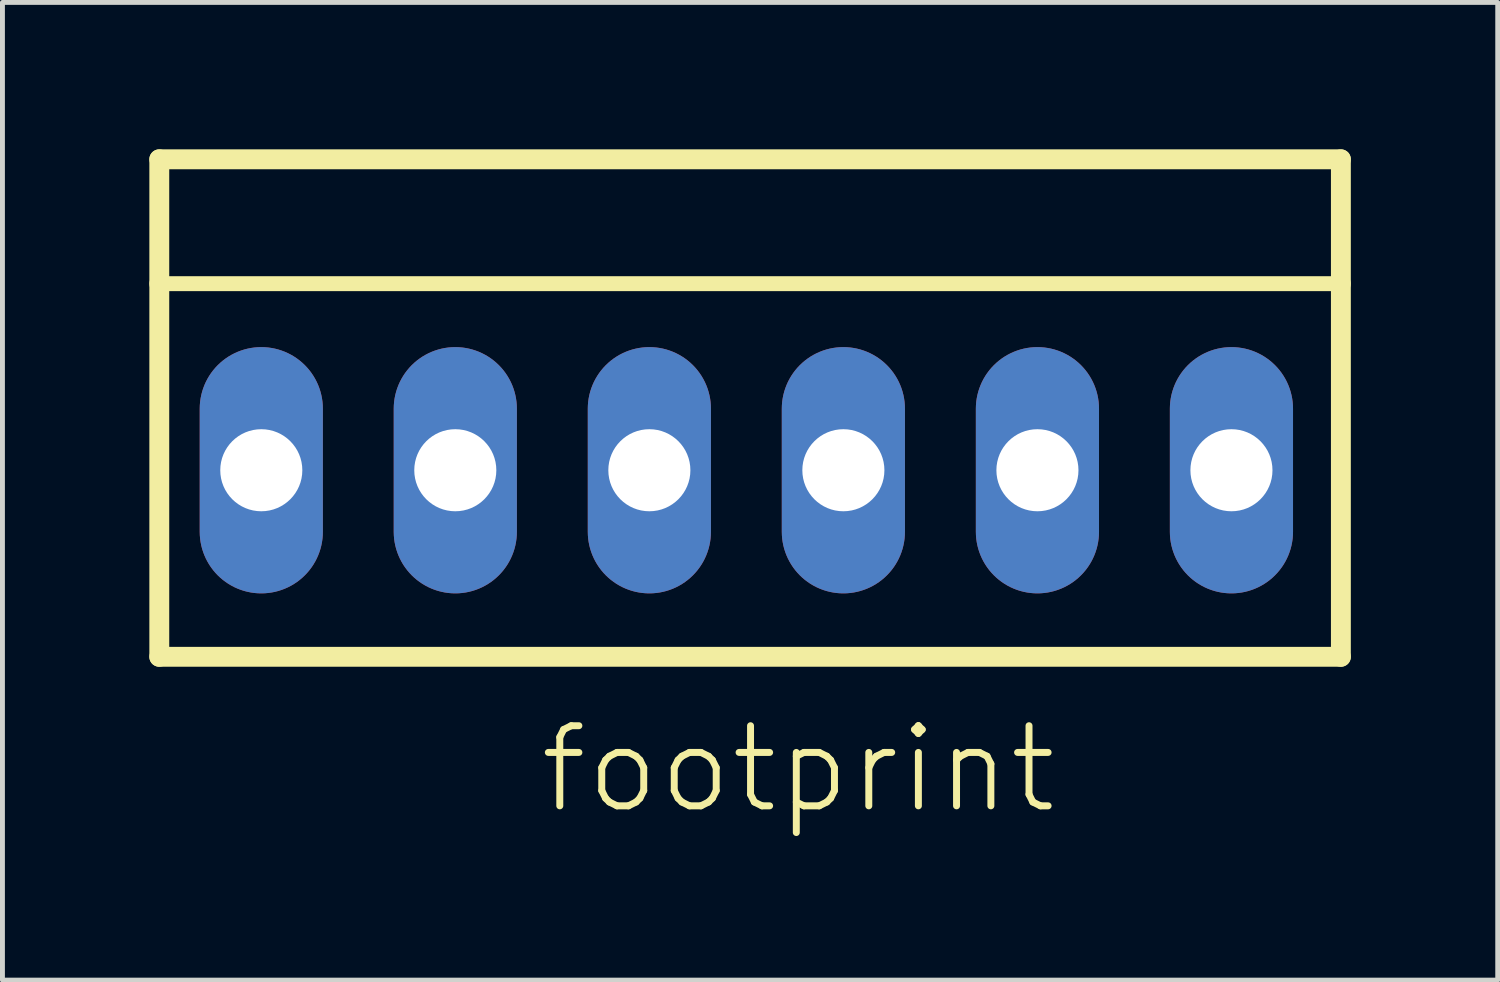
<source format=kicad_pcb>
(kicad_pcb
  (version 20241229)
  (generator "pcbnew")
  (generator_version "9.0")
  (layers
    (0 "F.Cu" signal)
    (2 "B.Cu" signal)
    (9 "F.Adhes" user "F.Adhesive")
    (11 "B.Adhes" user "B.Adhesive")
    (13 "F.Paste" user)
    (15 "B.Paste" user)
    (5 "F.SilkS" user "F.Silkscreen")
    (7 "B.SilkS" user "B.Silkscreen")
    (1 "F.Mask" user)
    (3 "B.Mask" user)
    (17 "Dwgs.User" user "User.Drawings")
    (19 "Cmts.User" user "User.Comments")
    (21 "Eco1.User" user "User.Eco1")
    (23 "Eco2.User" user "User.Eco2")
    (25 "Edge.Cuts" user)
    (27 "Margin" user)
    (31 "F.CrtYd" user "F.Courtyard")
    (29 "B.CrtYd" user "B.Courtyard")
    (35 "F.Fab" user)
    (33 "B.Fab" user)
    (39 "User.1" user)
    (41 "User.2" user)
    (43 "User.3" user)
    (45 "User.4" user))
  (footprint "footprint"
    (layer "F.Cu")
    (at 12.192 6.553)
    (property "Reference" "footprint" (at -4.293 7.061 0) (layer "F.SilkS") (effects (font (size 1.636 1.636) (thickness 0.142)) (justify left bottom)))
    (fp_line (start -11.989 -6.35) (end 12.141 -6.35) (stroke (width 0.406) (type solid)) (layer "F.SilkS"))
    (fp_line (start -11.989 -3.81) (end -11.989 -6.35) (stroke (width 0.406) (type solid)) (layer "F.SilkS"))
    (fp_line (start -11.989 -3.81) (end 12.141 -3.81) (stroke (width 0.305) (type solid)) (layer "F.SilkS"))
    (fp_line (start -11.989 3.81) (end -11.989 -3.81) (stroke (width 0.406) (type solid)) (layer "F.SilkS"))
    (fp_line (start -11.989 3.81) (end 12.141 3.81) (stroke (width 0.406) (type solid)) (layer "F.SilkS"))
    (fp_line (start 12.141 -6.35) (end 12.141 -3.81) (stroke (width 0.406) (type solid)) (layer "F.SilkS"))
    (fp_line (start 12.141 -3.81) (end 12.141 3.81) (stroke (width 0.406) (type solid)) (layer "F.SilkS"))
    (fp_poly (pts (xy -10.414 0.508) (xy -9.398 0.508) (xy -9.398 -0.508) (xy -10.414 -0.508)) (stroke (width 0) (type solid)) (fill yes) (layer "F.SilkS"))
    (fp_poly (pts (xy -6.452 0.508) (xy -5.436 0.508) (xy -5.436 -0.508) (xy -6.452 -0.508)) (stroke (width 0) (type solid)) (fill yes) (layer "F.SilkS"))
    (fp_poly (pts (xy -2.489 0.508) (xy -1.473 0.508) (xy -1.473 -0.508) (xy -2.489 -0.508)) (stroke (width 0) (type solid)) (fill yes) (layer "F.SilkS"))
    (fp_poly (pts (xy 1.473 0.508) (xy 2.489 0.508) (xy 2.489 -0.508) (xy 1.473 -0.508)) (stroke (width 0) (type solid)) (fill yes) (layer "F.SilkS"))
    (fp_poly (pts (xy 5.436 0.508) (xy 6.452 0.508) (xy 6.452 -0.508) (xy 5.436 -0.508)) (stroke (width 0) (type solid)) (fill yes) (layer "F.SilkS"))
    (fp_poly (pts (xy 9.398 0.508) (xy 10.414 0.508) (xy 10.414 -0.508) (xy 9.398 -0.508)) (stroke (width 0) (type solid)) (fill yes) (layer "F.SilkS"))
    (pad "1" thru_hole oval (at 9.906 0 90) (size 5.029 2.515) (drill 1.676) (layers "*.Cu" "*.Mask"))
    (pad "2" thru_hole oval (at 5.944 0 90) (size 5.029 2.515) (drill 1.676) (layers "*.Cu" "*.Mask"))
    (pad "3" thru_hole oval (at 1.981 0 90) (size 5.029 2.515) (drill 1.676) (layers "*.Cu" "*.Mask"))
    (pad "4" thru_hole oval (at -1.981 0 90) (size 5.029 2.515) (drill 1.676) (layers "*.Cu" "*.Mask"))
    (pad "5" thru_hole oval (at -5.944 0 90) (size 5.029 2.515) (drill 1.676) (layers "*.Cu" "*.Mask"))
    (pad "6" thru_hole oval (at -9.906 0 90) (size 5.029 2.515) (drill 1.676) (layers "*.Cu" "*.Mask")))
  (gr_rect
    (start -3 -3)
    (end 27.536 16.965)
    (stroke (width 0.1) (type default))
    (fill no)
    (layer "Edge.Cuts")))
</source>
